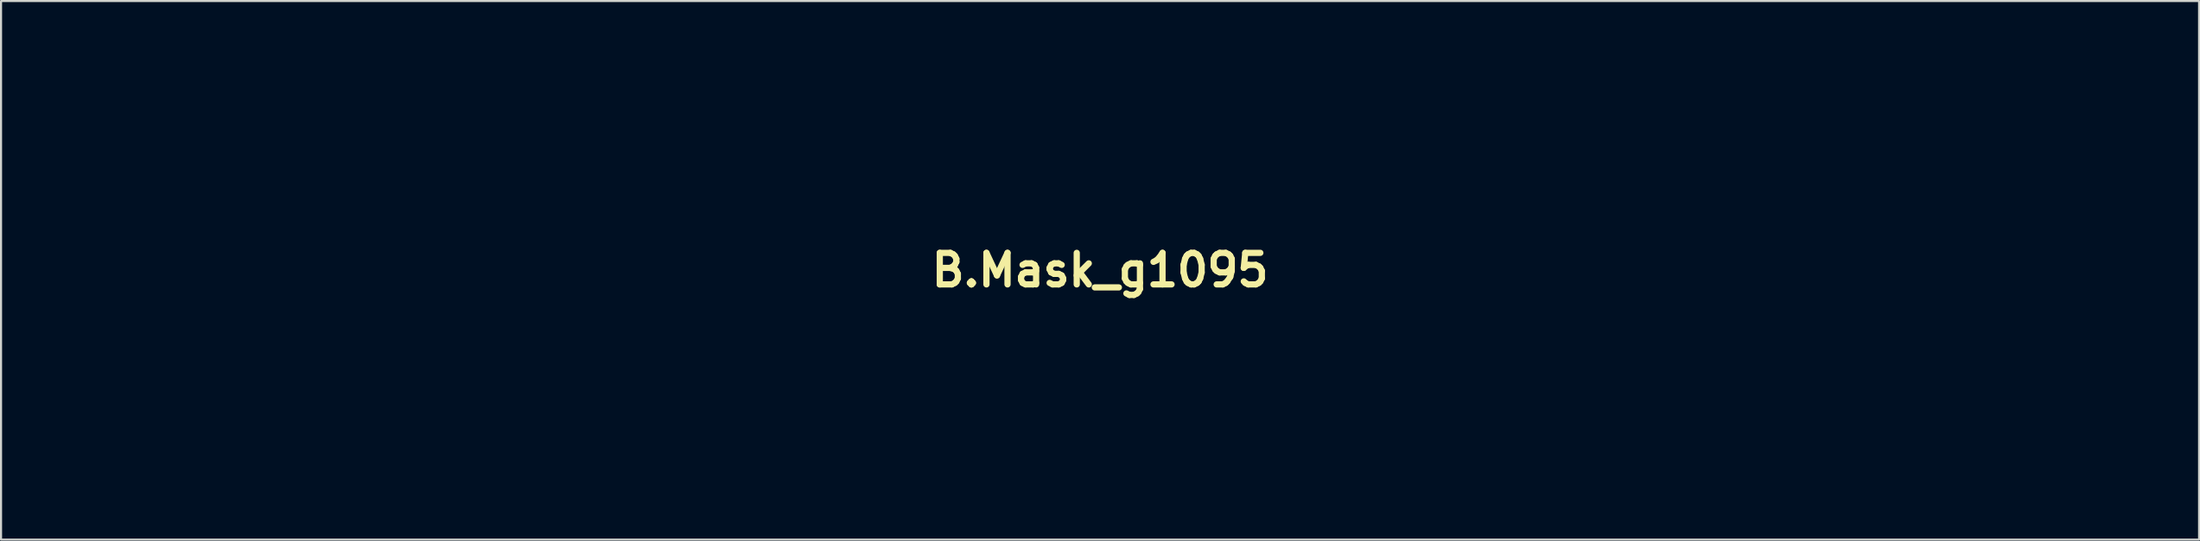
<source format=kicad_pcb>
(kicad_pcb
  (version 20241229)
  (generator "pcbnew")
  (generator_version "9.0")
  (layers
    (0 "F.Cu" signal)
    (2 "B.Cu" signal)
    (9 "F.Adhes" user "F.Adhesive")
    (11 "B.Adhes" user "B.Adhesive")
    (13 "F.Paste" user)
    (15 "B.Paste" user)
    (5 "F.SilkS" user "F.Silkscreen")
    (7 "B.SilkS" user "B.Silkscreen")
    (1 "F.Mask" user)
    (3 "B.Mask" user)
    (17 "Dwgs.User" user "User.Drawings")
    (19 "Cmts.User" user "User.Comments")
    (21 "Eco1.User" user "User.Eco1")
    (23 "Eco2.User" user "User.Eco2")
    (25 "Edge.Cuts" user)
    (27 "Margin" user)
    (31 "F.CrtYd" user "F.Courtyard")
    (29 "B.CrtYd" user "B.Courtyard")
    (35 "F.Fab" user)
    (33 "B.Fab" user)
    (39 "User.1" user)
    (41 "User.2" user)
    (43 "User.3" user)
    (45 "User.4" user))
  (footprint "B.Mask_g1095"
    (layer "F.Cu")
    (at 50.001 9.996)
    (property "Reference" "B.Mask_g1095" (at 0 0 0) (layer "F.SilkS") (effects (font (size 1.524 1.524) (thickness 0.3))))
    (attr through_hole)
    (fp_poly (pts (xy 49.996 10.012) (xy -49.996 10.012) (xy -49.996 -9.991) (xy 49.996 -9.991) (xy 49.996 10.012)) (stroke (width 0.01) (type solid)) (fill yes) (layer "B.Mask")))
  (gr_rect
    (start -3 -3)
    (end 103.001 23.012)
    (stroke (width 0.1) (type default))
    (fill no)
    (layer "Edge.Cuts")))
</source>
